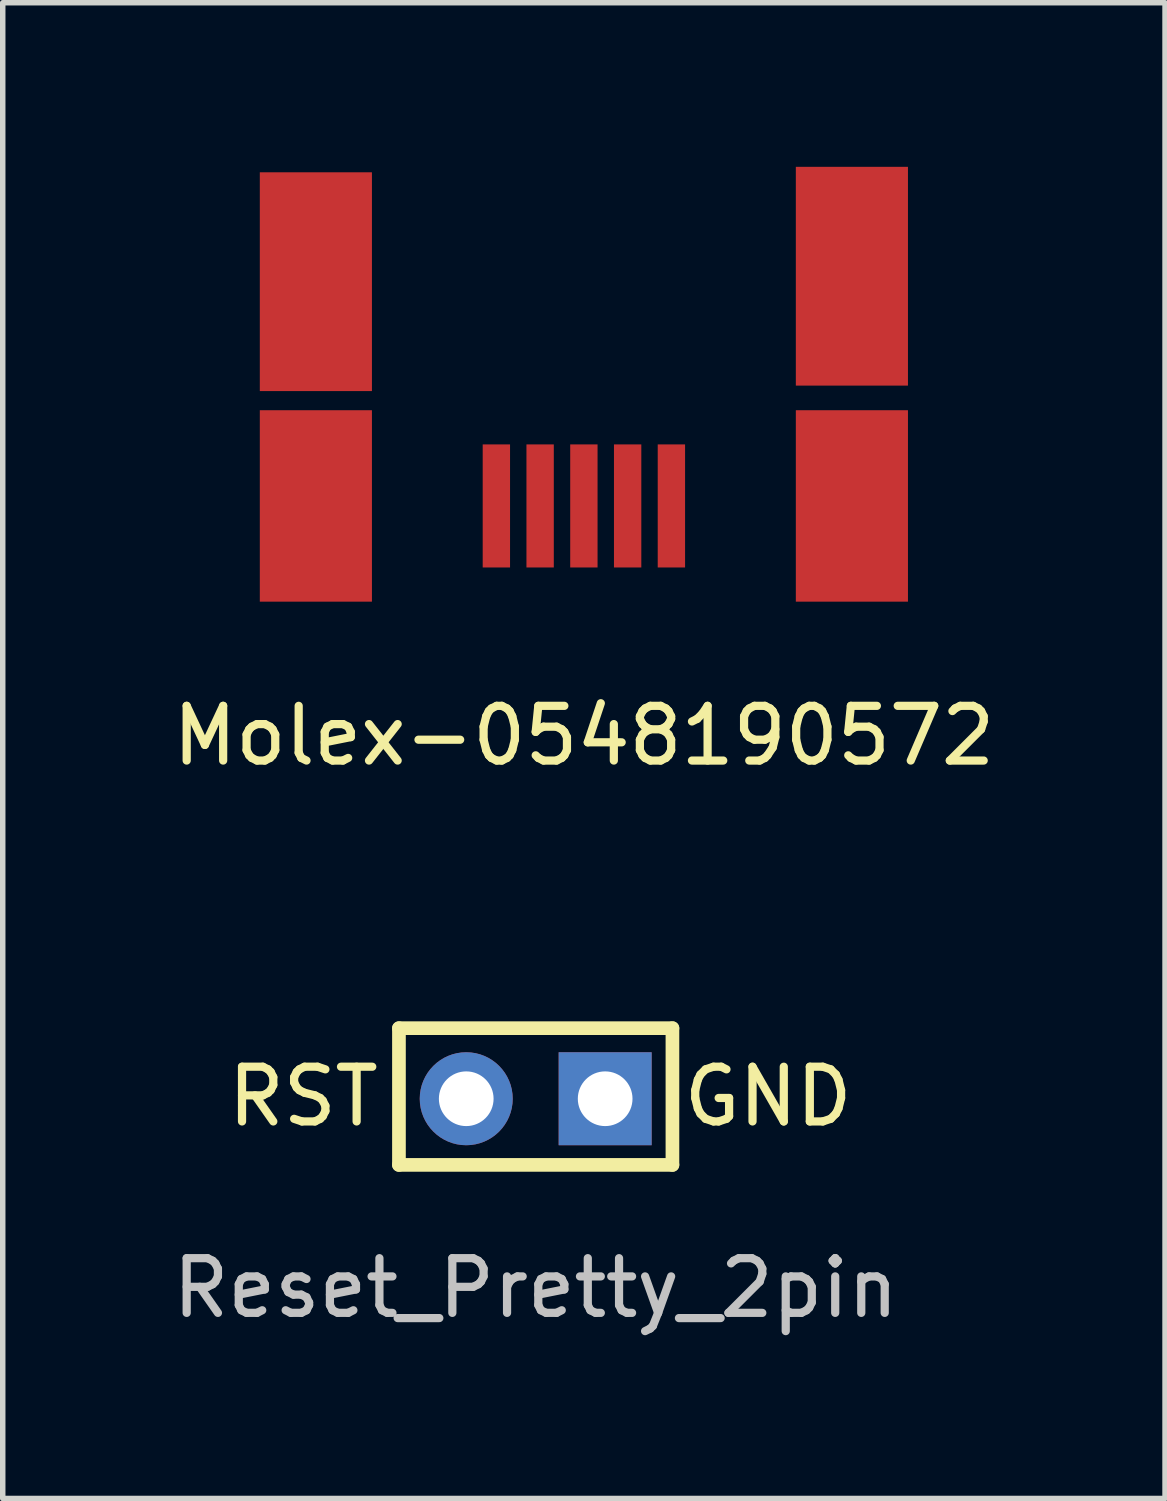
<source format=kicad_pcb>
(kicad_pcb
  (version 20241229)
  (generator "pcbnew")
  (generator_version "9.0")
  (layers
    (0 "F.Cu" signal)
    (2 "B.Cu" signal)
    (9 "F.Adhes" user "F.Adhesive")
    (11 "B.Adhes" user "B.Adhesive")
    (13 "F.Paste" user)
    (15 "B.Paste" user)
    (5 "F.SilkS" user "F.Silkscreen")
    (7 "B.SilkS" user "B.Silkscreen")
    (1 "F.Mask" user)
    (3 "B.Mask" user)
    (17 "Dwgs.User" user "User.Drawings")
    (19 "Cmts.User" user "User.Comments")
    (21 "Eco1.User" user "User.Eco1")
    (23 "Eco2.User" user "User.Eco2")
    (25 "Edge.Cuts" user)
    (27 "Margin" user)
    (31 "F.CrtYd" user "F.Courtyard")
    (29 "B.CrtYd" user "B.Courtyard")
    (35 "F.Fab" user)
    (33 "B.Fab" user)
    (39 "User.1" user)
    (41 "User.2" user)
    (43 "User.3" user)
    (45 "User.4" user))
  (footprint "Molex-0548190572"
    (layer "F.Cu")
    (at 7.625 3.8)
    (property "Reference" "Molex-0548190572" (at 0 6.6 0) (layer "F.SilkS") (effects (font (size 1 1) (thickness 0.15))))
    (attr through_hole)
    (pad "1" smd rect (at -1.6 2.4) (size 0.5 2.25) (layers "F.Cu" "F.Mask" "F.Paste"))
    (pad "2" smd rect (at -0.8 2.4) (size 0.5 2.25) (layers "F.Cu" "F.Mask" "F.Paste"))
    (pad "3" smd rect (at 0 2.4) (size 0.5 2.25) (layers "F.Cu" "F.Mask" "F.Paste"))
    (pad "4" smd rect (at 0.8 2.4) (size 0.5 2.25) (layers "F.Cu" "F.Mask" "F.Paste"))
    (pad "5" smd rect (at 1.6 2.4) (size 0.5 2.25) (layers "F.Cu" "F.Mask" "F.Paste"))
    (pad "6" smd rect (at -4.9 -1.7) (size 2.05 4) (layers "F.Cu" "F.Mask" "F.Paste"))
    (pad "6" smd rect (at -4.9 2.4) (size 2.05 3.5) (layers "F.Cu" "F.Mask" "F.Paste"))
    (pad "6" smd rect (at 4.9 -1.8) (size 2.05 4) (layers "F.Cu" "F.Mask" "F.Paste"))
    (pad "6" smd rect (at 4.9 2.4) (size 2.05 3.5) (layers "F.Cu" "F.Mask" "F.Paste")))
  (footprint "Reset_Pretty_2pin"
    (layer "F.Cu")
    (at 6.744 14.498)
    (property "Reference" "Reset_Pretty_2pin" (at 0 6 0) (layer "Dwgs.User") (effects (font (size 1 1) (thickness 0.15))))
    (attr exclude_from_pos_files exclude_from_bom)
    (fp_line (start -2.5 1.25) (end 2.5 1.25) (stroke (width 0.25) (type solid)) (layer "F.SilkS"))
    (fp_line (start -2.5 3.75) (end -2.5 1.25) (stroke (width 0.25) (type solid)) (layer "F.SilkS"))
    (fp_line (start 2.5 1.25) (end 2.5 3.75) (stroke (width 0.25) (type solid)) (layer "F.SilkS"))
    (fp_line (start 2.5 3.75) (end -2.5 3.75) (stroke (width 0.25) (type solid)) (layer "F.SilkS"))
    (fp_text user "RST" (at -4.25 2.5 0) (layer "F.SilkS") (effects (font (size 1 1) (thickness 0.15))))
    (fp_text user "GND" (at 4.25 2.5 0) (layer "F.SilkS") (effects (font (size 1 1) (thickness 0.15))))
    (pad "1" thru_hole rect (at 1.27 2.54) (size 1.7 1.7) (drill 1) (layers "*.Cu" "*.Mask"))
    (pad "2" thru_hole circle (at -1.27 2.54) (size 1.7 1.7) (drill 1) (layers "*.Cu" "*.Mask")))
  (gr_rect
    (start -3 -3)
    (end 18.25 24.346)
    (stroke (width 0.1) (type default))
    (fill no)
    (layer "Edge.Cuts")))
</source>
